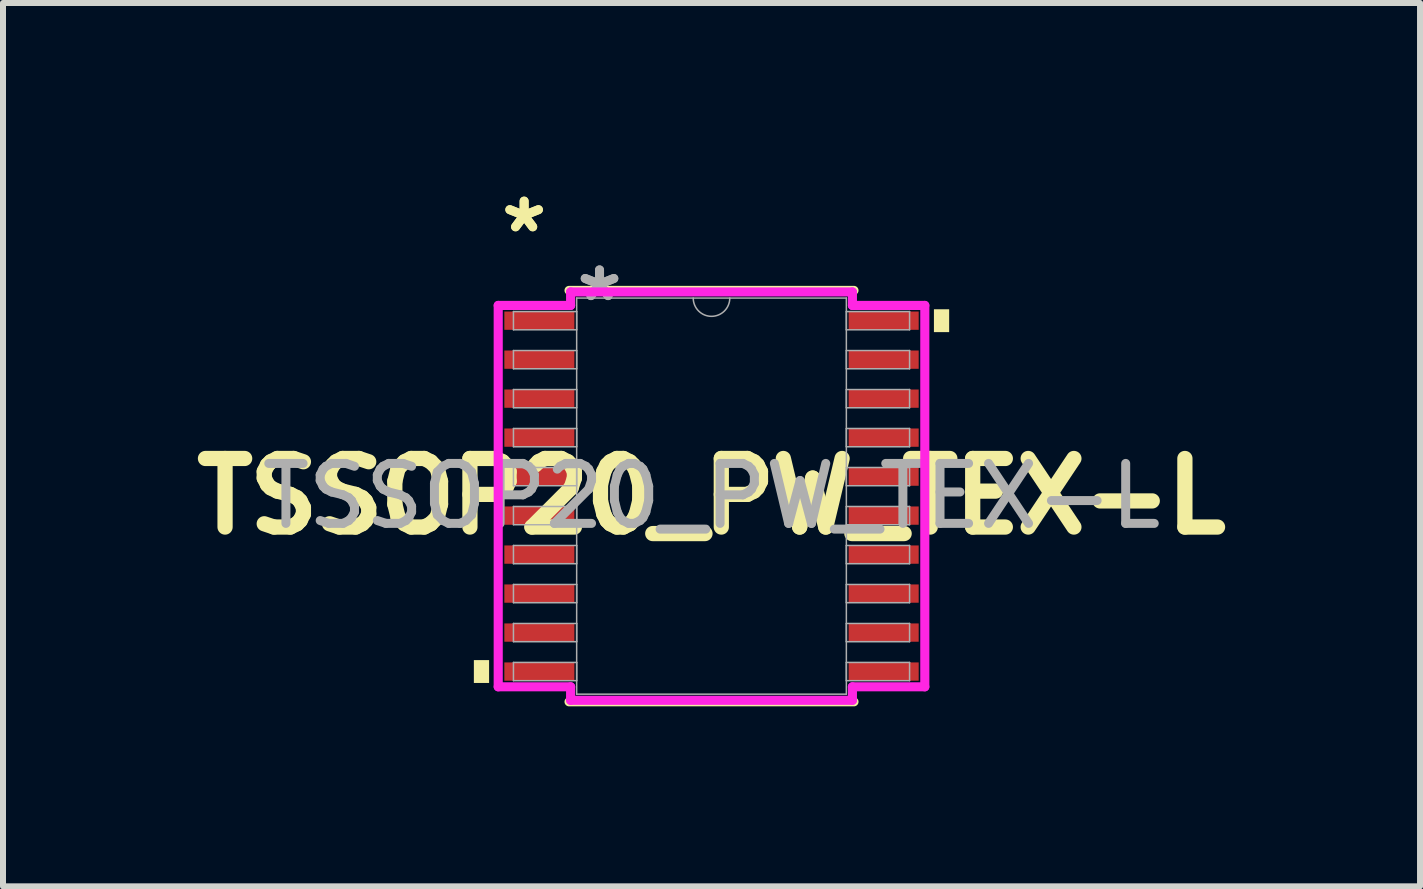
<source format=kicad_pcb>
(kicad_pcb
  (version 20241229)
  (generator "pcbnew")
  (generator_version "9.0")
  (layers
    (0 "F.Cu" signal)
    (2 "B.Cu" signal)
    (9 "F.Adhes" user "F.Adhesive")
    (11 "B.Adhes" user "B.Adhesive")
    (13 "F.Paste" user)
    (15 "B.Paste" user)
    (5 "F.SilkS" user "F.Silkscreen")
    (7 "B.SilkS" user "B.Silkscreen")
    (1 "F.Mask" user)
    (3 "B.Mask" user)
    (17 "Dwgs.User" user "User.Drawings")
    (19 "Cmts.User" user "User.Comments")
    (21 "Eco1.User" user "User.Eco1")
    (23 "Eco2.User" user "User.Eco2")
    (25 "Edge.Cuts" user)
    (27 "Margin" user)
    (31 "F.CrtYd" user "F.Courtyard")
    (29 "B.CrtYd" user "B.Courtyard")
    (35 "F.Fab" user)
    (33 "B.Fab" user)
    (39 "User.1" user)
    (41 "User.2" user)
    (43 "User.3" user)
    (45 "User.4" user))
  (footprint "TSSOP20_PW_TEX-L"
    (layer "F.Cu")
    (at 8.812 5.221)
    (property "Reference" "TSSOP20_PW_TEX-L" (at 0 0 0) (unlocked yes) (layer "F.SilkS") (effects (font (size 1.143 1.143) (thickness 0.254))))
    (attr smd)
    (fp_line (start -2.375 3.429) (end 2.375 3.429) (stroke (width 0.152) (type solid)) (layer "F.SilkS"))
    (fp_line (start 2.375 -3.429) (end -2.375 -3.429) (stroke (width 0.152) (type solid)) (layer "F.SilkS"))
    (fp_poly (pts (xy -3.962 2.734) (xy -3.962 3.115) (xy -3.708 3.115) (xy -3.708 2.734)) (stroke (width 0) (type solid)) (fill yes) (layer "F.SilkS"))
    (fp_poly (pts (xy 3.962 -3.115) (xy 3.962 -2.734) (xy 3.708 -2.734) (xy 3.708 -3.115)) (stroke (width 0) (type solid)) (fill yes) (layer "F.SilkS"))
    (fp_line (start -3.556 -3.179) (end -2.349 -3.179) (stroke (width 0.152) (type solid)) (layer "F.CrtYd"))
    (fp_line (start -3.556 3.179) (end -3.556 -3.179) (stroke (width 0.152) (type solid)) (layer "F.CrtYd"))
    (fp_line (start -3.556 3.179) (end -2.349 3.179) (stroke (width 0.152) (type solid)) (layer "F.CrtYd"))
    (fp_line (start -2.349 -3.404) (end 2.349 -3.404) (stroke (width 0.152) (type solid)) (layer "F.CrtYd"))
    (fp_line (start -2.349 -3.179) (end -2.349 -3.404) (stroke (width 0.152) (type solid)) (layer "F.CrtYd"))
    (fp_line (start -2.349 3.404) (end -2.349 3.179) (stroke (width 0.152) (type solid)) (layer "F.CrtYd"))
    (fp_line (start 2.349 -3.404) (end 2.349 -3.179) (stroke (width 0.152) (type solid)) (layer "F.CrtYd"))
    (fp_line (start 2.349 3.179) (end 2.349 3.404) (stroke (width 0.152) (type solid)) (layer "F.CrtYd"))
    (fp_line (start 2.349 3.404) (end -2.349 3.404) (stroke (width 0.152) (type solid)) (layer "F.CrtYd"))
    (fp_line (start 3.556 -3.179) (end 2.349 -3.179) (stroke (width 0.152) (type solid)) (layer "F.CrtYd"))
    (fp_line (start 3.556 -3.179) (end 3.556 3.179) (stroke (width 0.152) (type solid)) (layer "F.CrtYd"))
    (fp_line (start 3.556 3.179) (end 2.349 3.179) (stroke (width 0.152) (type solid)) (layer "F.CrtYd"))
    (fp_line (start -3.302 -3.077) (end -3.302 -2.773) (stroke (width 0.025) (type solid)) (layer "F.Fab"))
    (fp_line (start -3.302 -2.773) (end -2.248 -2.773) (stroke (width 0.025) (type solid)) (layer "F.Fab"))
    (fp_line (start -3.302 -2.427) (end -3.302 -2.123) (stroke (width 0.025) (type solid)) (layer "F.Fab"))
    (fp_line (start -3.302 -2.123) (end -2.248 -2.123) (stroke (width 0.025) (type solid)) (layer "F.Fab"))
    (fp_line (start -3.302 -1.777) (end -3.302 -1.473) (stroke (width 0.025) (type solid)) (layer "F.Fab"))
    (fp_line (start -3.302 -1.473) (end -2.248 -1.473) (stroke (width 0.025) (type solid)) (layer "F.Fab"))
    (fp_line (start -3.302 -1.127) (end -3.302 -0.823) (stroke (width 0.025) (type solid)) (layer "F.Fab"))
    (fp_line (start -3.302 -0.823) (end -2.248 -0.823) (stroke (width 0.025) (type solid)) (layer "F.Fab"))
    (fp_line (start -3.302 -0.477) (end -3.302 -0.173) (stroke (width 0.025) (type solid)) (layer "F.Fab"))
    (fp_line (start -3.302 -0.173) (end -2.248 -0.173) (stroke (width 0.025) (type solid)) (layer "F.Fab"))
    (fp_line (start -3.302 0.173) (end -3.302 0.477) (stroke (width 0.025) (type solid)) (layer "F.Fab"))
    (fp_line (start -3.302 0.477) (end -2.248 0.477) (stroke (width 0.025) (type solid)) (layer "F.Fab"))
    (fp_line (start -3.302 0.823) (end -3.302 1.127) (stroke (width 0.025) (type solid)) (layer "F.Fab"))
    (fp_line (start -3.302 1.127) (end -2.248 1.127) (stroke (width 0.025) (type solid)) (layer "F.Fab"))
    (fp_line (start -3.302 1.473) (end -3.302 1.777) (stroke (width 0.025) (type solid)) (layer "F.Fab"))
    (fp_line (start -3.302 1.777) (end -2.248 1.777) (stroke (width 0.025) (type solid)) (layer "F.Fab"))
    (fp_line (start -3.302 2.123) (end -3.302 2.427) (stroke (width 0.025) (type solid)) (layer "F.Fab"))
    (fp_line (start -3.302 2.427) (end -2.248 2.427) (stroke (width 0.025) (type solid)) (layer "F.Fab"))
    (fp_line (start -3.302 2.773) (end -3.302 3.077) (stroke (width 0.025) (type solid)) (layer "F.Fab"))
    (fp_line (start -3.302 3.077) (end -2.248 3.077) (stroke (width 0.025) (type solid)) (layer "F.Fab"))
    (fp_line (start -2.248 -3.302) (end -2.248 3.302) (stroke (width 0.025) (type solid)) (layer "F.Fab"))
    (fp_line (start -2.248 -3.077) (end -3.302 -3.077) (stroke (width 0.025) (type solid)) (layer "F.Fab"))
    (fp_line (start -2.248 -2.773) (end -2.248 -3.077) (stroke (width 0.025) (type solid)) (layer "F.Fab"))
    (fp_line (start -2.248 -2.427) (end -3.302 -2.427) (stroke (width 0.025) (type solid)) (layer "F.Fab"))
    (fp_line (start -2.248 -2.123) (end -2.248 -2.427) (stroke (width 0.025) (type solid)) (layer "F.Fab"))
    (fp_line (start -2.248 -1.777) (end -3.302 -1.777) (stroke (width 0.025) (type solid)) (layer "F.Fab"))
    (fp_line (start -2.248 -1.473) (end -2.248 -1.777) (stroke (width 0.025) (type solid)) (layer "F.Fab"))
    (fp_line (start -2.248 -1.127) (end -3.302 -1.127) (stroke (width 0.025) (type solid)) (layer "F.Fab"))
    (fp_line (start -2.248 -0.823) (end -2.248 -1.127) (stroke (width 0.025) (type solid)) (layer "F.Fab"))
    (fp_line (start -2.248 -0.477) (end -3.302 -0.477) (stroke (width 0.025) (type solid)) (layer "F.Fab"))
    (fp_line (start -2.248 -0.173) (end -2.248 -0.477) (stroke (width 0.025) (type solid)) (layer "F.Fab"))
    (fp_line (start -2.248 0.173) (end -3.302 0.173) (stroke (width 0.025) (type solid)) (layer "F.Fab"))
    (fp_line (start -2.248 0.477) (end -2.248 0.173) (stroke (width 0.025) (type solid)) (layer "F.Fab"))
    (fp_line (start -2.248 0.823) (end -3.302 0.823) (stroke (width 0.025) (type solid)) (layer "F.Fab"))
    (fp_line (start -2.248 1.127) (end -2.248 0.823) (stroke (width 0.025) (type solid)) (layer "F.Fab"))
    (fp_line (start -2.248 1.473) (end -3.302 1.473) (stroke (width 0.025) (type solid)) (layer "F.Fab"))
    (fp_line (start -2.248 1.777) (end -2.248 1.473) (stroke (width 0.025) (type solid)) (layer "F.Fab"))
    (fp_line (start -2.248 2.123) (end -3.302 2.123) (stroke (width 0.025) (type solid)) (layer "F.Fab"))
    (fp_line (start -2.248 2.427) (end -2.248 2.123) (stroke (width 0.025) (type solid)) (layer "F.Fab"))
    (fp_line (start -2.248 2.773) (end -3.302 2.773) (stroke (width 0.025) (type solid)) (layer "F.Fab"))
    (fp_line (start -2.248 3.077) (end -2.248 2.773) (stroke (width 0.025) (type solid)) (layer "F.Fab"))
    (fp_line (start -2.248 3.302) (end 2.248 3.302) (stroke (width 0.025) (type solid)) (layer "F.Fab"))
    (fp_line (start 2.248 -3.302) (end -2.248 -3.302) (stroke (width 0.025) (type solid)) (layer "F.Fab"))
    (fp_line (start 2.248 -3.077) (end 2.248 -2.773) (stroke (width 0.025) (type solid)) (layer "F.Fab"))
    (fp_line (start 2.248 -2.773) (end 3.302 -2.773) (stroke (width 0.025) (type solid)) (layer "F.Fab"))
    (fp_line (start 2.248 -2.427) (end 2.248 -2.123) (stroke (width 0.025) (type solid)) (layer "F.Fab"))
    (fp_line (start 2.248 -2.123) (end 3.302 -2.123) (stroke (width 0.025) (type solid)) (layer "F.Fab"))
    (fp_line (start 2.248 -1.777) (end 2.248 -1.473) (stroke (width 0.025) (type solid)) (layer "F.Fab"))
    (fp_line (start 2.248 -1.473) (end 3.302 -1.473) (stroke (width 0.025) (type solid)) (layer "F.Fab"))
    (fp_line (start 2.248 -1.127) (end 2.248 -0.823) (stroke (width 0.025) (type solid)) (layer "F.Fab"))
    (fp_line (start 2.248 -0.823) (end 3.302 -0.823) (stroke (width 0.025) (type solid)) (layer "F.Fab"))
    (fp_line (start 2.248 -0.477) (end 2.248 -0.173) (stroke (width 0.025) (type solid)) (layer "F.Fab"))
    (fp_line (start 2.248 -0.173) (end 3.302 -0.173) (stroke (width 0.025) (type solid)) (layer "F.Fab"))
    (fp_line (start 2.248 0.173) (end 2.248 0.477) (stroke (width 0.025) (type solid)) (layer "F.Fab"))
    (fp_line (start 2.248 0.477) (end 3.302 0.477) (stroke (width 0.025) (type solid)) (layer "F.Fab"))
    (fp_line (start 2.248 0.823) (end 2.248 1.127) (stroke (width 0.025) (type solid)) (layer "F.Fab"))
    (fp_line (start 2.248 1.127) (end 3.302 1.127) (stroke (width 0.025) (type solid)) (layer "F.Fab"))
    (fp_line (start 2.248 1.473) (end 2.248 1.777) (stroke (width 0.025) (type solid)) (layer "F.Fab"))
    (fp_line (start 2.248 1.777) (end 3.302 1.777) (stroke (width 0.025) (type solid)) (layer "F.Fab"))
    (fp_line (start 2.248 2.123) (end 2.248 2.427) (stroke (width 0.025) (type solid)) (layer "F.Fab"))
    (fp_line (start 2.248 2.427) (end 3.302 2.427) (stroke (width 0.025) (type solid)) (layer "F.Fab"))
    (fp_line (start 2.248 2.773) (end 2.248 3.077) (stroke (width 0.025) (type solid)) (layer "F.Fab"))
    (fp_line (start 2.248 3.077) (end 3.302 3.077) (stroke (width 0.025) (type solid)) (layer "F.Fab"))
    (fp_line (start 2.248 3.302) (end 2.248 -3.302) (stroke (width 0.025) (type solid)) (layer "F.Fab"))
    (fp_line (start 3.302 -3.077) (end 2.248 -3.077) (stroke (width 0.025) (type solid)) (layer "F.Fab"))
    (fp_line (start 3.302 -2.773) (end 3.302 -3.077) (stroke (width 0.025) (type solid)) (layer "F.Fab"))
    (fp_line (start 3.302 -2.427) (end 2.248 -2.427) (stroke (width 0.025) (type solid)) (layer "F.Fab"))
    (fp_line (start 3.302 -2.123) (end 3.302 -2.427) (stroke (width 0.025) (type solid)) (layer "F.Fab"))
    (fp_line (start 3.302 -1.777) (end 2.248 -1.777) (stroke (width 0.025) (type solid)) (layer "F.Fab"))
    (fp_line (start 3.302 -1.473) (end 3.302 -1.777) (stroke (width 0.025) (type solid)) (layer "F.Fab"))
    (fp_line (start 3.302 -1.127) (end 2.248 -1.127) (stroke (width 0.025) (type solid)) (layer "F.Fab"))
    (fp_line (start 3.302 -0.823) (end 3.302 -1.127) (stroke (width 0.025) (type solid)) (layer "F.Fab"))
    (fp_line (start 3.302 -0.477) (end 2.248 -0.477) (stroke (width 0.025) (type solid)) (layer "F.Fab"))
    (fp_line (start 3.302 -0.173) (end 3.302 -0.477) (stroke (width 0.025) (type solid)) (layer "F.Fab"))
    (fp_line (start 3.302 0.173) (end 2.248 0.173) (stroke (width 0.025) (type solid)) (layer "F.Fab"))
    (fp_line (start 3.302 0.477) (end 3.302 0.173) (stroke (width 0.025) (type solid)) (layer "F.Fab"))
    (fp_line (start 3.302 0.823) (end 2.248 0.823) (stroke (width 0.025) (type solid)) (layer "F.Fab"))
    (fp_line (start 3.302 1.127) (end 3.302 0.823) (stroke (width 0.025) (type solid)) (layer "F.Fab"))
    (fp_line (start 3.302 1.473) (end 2.248 1.473) (stroke (width 0.025) (type solid)) (layer "F.Fab"))
    (fp_line (start 3.302 1.777) (end 3.302 1.473) (stroke (width 0.025) (type solid)) (layer "F.Fab"))
    (fp_line (start 3.302 2.123) (end 2.248 2.123) (stroke (width 0.025) (type solid)) (layer "F.Fab"))
    (fp_line (start 3.302 2.427) (end 3.302 2.123) (stroke (width 0.025) (type solid)) (layer "F.Fab"))
    (fp_line (start 3.302 2.773) (end 2.248 2.773) (stroke (width 0.025) (type solid)) (layer "F.Fab"))
    (fp_line (start 3.302 3.077) (end 3.302 2.773) (stroke (width 0.025) (type solid)) (layer "F.Fab"))
    (fp_arc (start 0.3048 -3.302) (mid 0 -2.9972) (end -0.3048 -3.302) (stroke (width 0.0254) (type solid)) (layer "F.Fab"))
    (fp_text user "*" (at -3.124 -4.373 0) (layer "F.SilkS") (effects (font (size 1 1) (thickness 0.15))))
    (fp_text user "*" (at -3.124 -4.373 0) (unlocked yes) (layer "F.SilkS") (effects (font (size 1 1) (thickness 0.15))))
    (fp_text user "${REFERENCE}" (at 0 0 0) (unlocked yes) (layer "F.Fab") (effects (font (size 1 1) (thickness 0.15))))
    (fp_text user "*" (at -1.867 -3.226 0) (layer "F.Fab") (effects (font (size 1 1) (thickness 0.15))))
    (fp_text user "*" (at -1.867 -3.226 0) (unlocked yes) (layer "F.Fab") (effects (font (size 1 1) (thickness 0.15))))
    (pad "1" smd rect (at -2.87 -2.925) (size 1.168 0.305) (layers "F.Cu" "F.Mask" "F.Paste"))
    (pad "2" smd rect (at -2.87 -2.275) (size 1.168 0.305) (layers "F.Cu" "F.Mask" "F.Paste"))
    (pad "3" smd rect (at -2.87 -1.625) (size 1.168 0.305) (layers "F.Cu" "F.Mask" "F.Paste"))
    (pad "4" smd rect (at -2.87 -0.975) (size 1.168 0.305) (layers "F.Cu" "F.Mask" "F.Paste"))
    (pad "5" smd rect (at -2.87 -0.325) (size 1.168 0.305) (layers "F.Cu" "F.Mask" "F.Paste"))
    (pad "6" smd rect (at -2.87 0.325) (size 1.168 0.305) (layers "F.Cu" "F.Mask" "F.Paste"))
    (pad "7" smd rect (at -2.87 0.975) (size 1.168 0.305) (layers "F.Cu" "F.Mask" "F.Paste"))
    (pad "8" smd rect (at -2.87 1.625) (size 1.168 0.305) (layers "F.Cu" "F.Mask" "F.Paste"))
    (pad "9" smd rect (at -2.87 2.275) (size 1.168 0.305) (layers "F.Cu" "F.Mask" "F.Paste"))
    (pad "10" smd rect (at -2.87 2.925) (size 1.168 0.305) (layers "F.Cu" "F.Mask" "F.Paste"))
    (pad "11" smd rect (at 2.87 2.925) (size 1.168 0.305) (layers "F.Cu" "F.Mask" "F.Paste"))
    (pad "12" smd rect (at 2.87 2.275) (size 1.168 0.305) (layers "F.Cu" "F.Mask" "F.Paste"))
    (pad "13" smd rect (at 2.87 1.625) (size 1.168 0.305) (layers "F.Cu" "F.Mask" "F.Paste"))
    (pad "14" smd rect (at 2.87 0.975) (size 1.168 0.305) (layers "F.Cu" "F.Mask" "F.Paste"))
    (pad "15" smd rect (at 2.87 0.325) (size 1.168 0.305) (layers "F.Cu" "F.Mask" "F.Paste"))
    (pad "16" smd rect (at 2.87 -0.325) (size 1.168 0.305) (layers "F.Cu" "F.Mask" "F.Paste"))
    (pad "17" smd rect (at 2.87 -0.975) (size 1.168 0.305) (layers "F.Cu" "F.Mask" "F.Paste"))
    (pad "18" smd rect (at 2.87 -1.625) (size 1.168 0.305) (layers "F.Cu" "F.Mask" "F.Paste"))
    (pad "19" smd rect (at 2.87 -2.275) (size 1.168 0.305) (layers "F.Cu" "F.Mask" "F.Paste"))
    (pad "20" smd rect (at 2.87 -2.925) (size 1.168 0.305) (layers "F.Cu" "F.Mask" "F.Paste")))
  (gr_rect
    (start -3 -3)
    (end 20.624 11.726)
    (stroke (width 0.1) (type default))
    (fill no)
    (layer "Edge.Cuts")))
</source>
